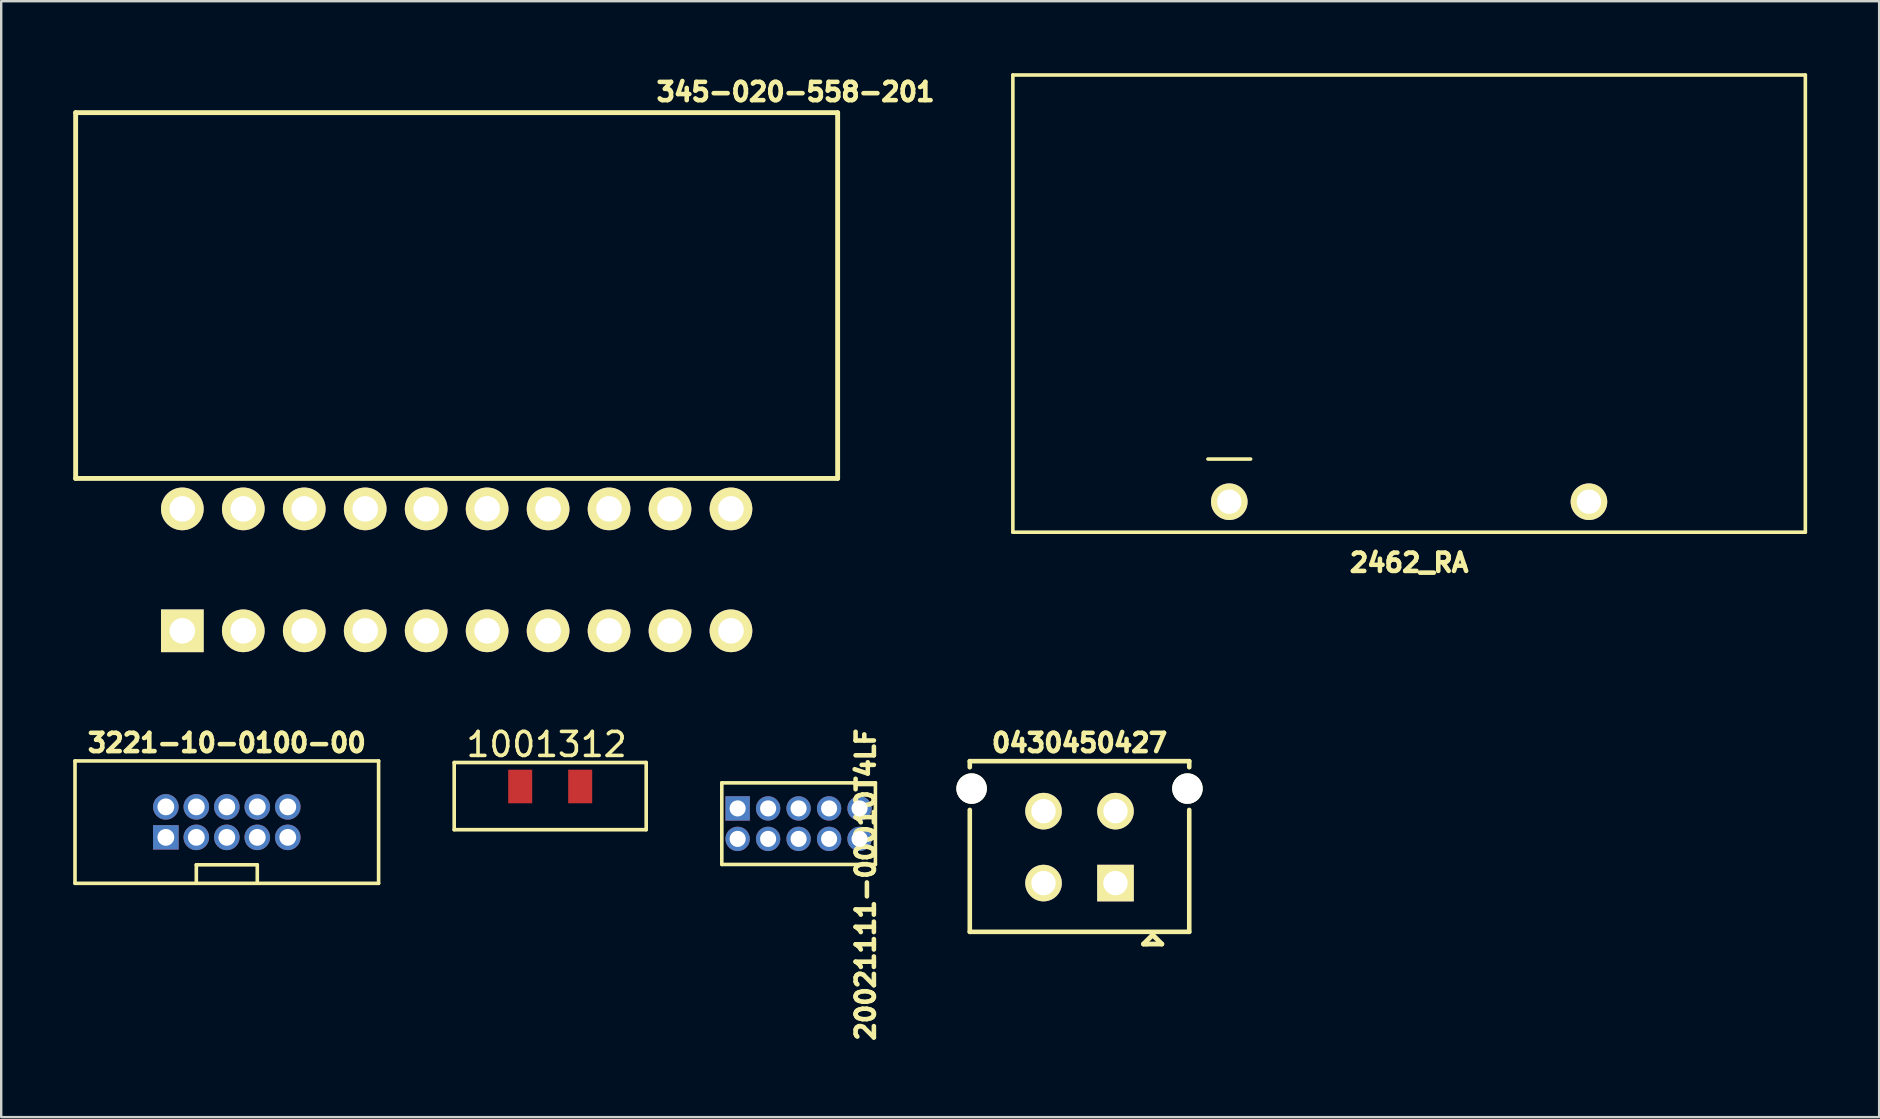
<source format=kicad_pcb>
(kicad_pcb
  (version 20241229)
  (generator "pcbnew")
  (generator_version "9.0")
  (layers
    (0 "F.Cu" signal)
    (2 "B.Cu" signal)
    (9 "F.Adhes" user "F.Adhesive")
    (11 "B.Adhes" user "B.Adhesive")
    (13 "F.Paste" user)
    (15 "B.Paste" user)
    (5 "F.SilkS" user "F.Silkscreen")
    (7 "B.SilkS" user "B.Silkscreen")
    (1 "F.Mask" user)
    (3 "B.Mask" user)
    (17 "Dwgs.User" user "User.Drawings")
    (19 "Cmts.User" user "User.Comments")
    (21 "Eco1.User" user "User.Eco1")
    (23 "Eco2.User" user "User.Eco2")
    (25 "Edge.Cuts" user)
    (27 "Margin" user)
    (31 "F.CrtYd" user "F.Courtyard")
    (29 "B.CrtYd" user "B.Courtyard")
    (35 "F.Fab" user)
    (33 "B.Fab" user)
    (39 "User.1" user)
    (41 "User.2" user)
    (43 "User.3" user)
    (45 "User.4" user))
  (footprint "20021111-00010T4LF"
    (layer "F.Cu")
    (at 30.225 31.269)
    (property "Reference" "20021111-00010T4LF" (at 2.794 2.54 90) (layer "F.SilkS") (effects (font (size 0.762 0.762) (thickness 0.191))))
    (attr through_hole)
    (fp_line (start -3.2 -1.7) (end -3.2 1.7) (stroke (width 0.15) (type solid)) (layer "F.SilkS"))
    (fp_line (start -3.2 1.7) (end 3.2 1.7) (stroke (width 0.15) (type solid)) (layer "F.SilkS"))
    (fp_line (start 3.2 -1.7) (end -3.2 -1.7) (stroke (width 0.15) (type solid)) (layer "F.SilkS"))
    (fp_line (start 3.2 1.7) (end 3.2 -1.7) (stroke (width 0.15) (type solid)) (layer "F.SilkS"))
    (pad "1" thru_hole rect (at -2.54 -0.635) (size 1.016 1.016) (drill 0.67) (layers "*.Cu" "*.Mask"))
    (pad "2" thru_hole circle (at -2.54 0.635) (size 1.016 1.016) (drill 0.67) (layers "*.Cu" "*.Mask"))
    (pad "3" thru_hole circle (at -1.27 -0.635) (size 1.016 1.016) (drill 0.67) (layers "*.Cu" "*.Mask"))
    (pad "4" thru_hole circle (at -1.27 0.635) (size 1.016 1.016) (drill 0.67) (layers "*.Cu" "*.Mask"))
    (pad "5" thru_hole circle (at 0 -0.635) (size 1.016 1.016) (drill 0.67) (layers "*.Cu" "*.Mask"))
    (pad "6" thru_hole circle (at 0 0.635) (size 1.016 1.016) (drill 0.67) (layers "*.Cu" "*.Mask"))
    (pad "7" thru_hole circle (at 1.27 -0.635) (size 1.016 1.016) (drill 0.67) (layers "*.Cu" "*.Mask"))
    (pad "8" thru_hole circle (at 1.27 0.635) (size 1.016 1.016) (drill 0.67) (layers "*.Cu" "*.Mask"))
    (pad "9" thru_hole circle (at 2.54 -0.635) (size 1.016 1.016) (drill 0.67) (layers "*.Cu" "*.Mask"))
    (pad "10" thru_hole circle (at 2.54 0.635) (size 1.016 1.016) (drill 0.67) (layers "*.Cu" "*.Mask")))
  (footprint "2462_RA"
    (layer "F.Cu")
    (at 55.663 17.855)
    (property "Reference" "2462_RA" (at 0 2.54 0) (layer "F.SilkS") (effects (font (size 0.762 0.762) (thickness 0.191))))
    (attr through_hole)
    (fp_line (start -16.51 -17.78) (end -16.51 1.27) (stroke (width 0.15) (type solid)) (layer "F.SilkS"))
    (fp_line (start -16.51 1.27) (end 16.51 1.27) (stroke (width 0.15) (type solid)) (layer "F.SilkS"))
    (fp_line (start -8.382 -1.778) (end -6.604 -1.778) (stroke (width 0.15) (type solid)) (layer "F.SilkS"))
    (fp_line (start 16.51 -17.78) (end -16.51 -17.78) (stroke (width 0.15) (type solid)) (layer "F.SilkS"))
    (fp_line (start 16.51 1.27) (end 16.51 -17.78) (stroke (width 0.15) (type solid)) (layer "F.SilkS"))
    (pad "1" thru_hole circle (at -7.493 0) (size 1.524 1.524) (drill 1.016) (layers "*.Cu" "*.Mask" "F.SilkS"))
    (pad "2" thru_hole circle (at 7.493 0) (size 1.524 1.524) (drill 1.016) (layers "*.Cu" "*.Mask" "F.SilkS")))
  (footprint "0430450427"
    (layer "F.Cu")
    (at 41.93 33.745)
    (property "Reference" "0430450427" (at 0 -5.842 0) (layer "F.SilkS") (effects (font (size 0.762 0.762) (thickness 0.191))))
    (attr through_hole)
    (fp_line (start -4.572 -5.08) (end -4.572 -4.826) (stroke (width 0.191) (type solid)) (layer "F.SilkS"))
    (fp_line (start -4.572 -5.08) (end 4.572 -5.08) (stroke (width 0.191) (type solid)) (layer "F.SilkS"))
    (fp_line (start -4.572 2.032) (end -4.572 -3.048) (stroke (width 0.191) (type solid)) (layer "F.SilkS"))
    (fp_line (start 2.667 2.54) (end 3.048 2.159) (stroke (width 0.203) (type solid)) (layer "F.SilkS"))
    (fp_line (start 2.794 2.54) (end 2.667 2.54) (stroke (width 0.203) (type solid)) (layer "F.SilkS"))
    (fp_line (start 3.048 2.159) (end 3.429 2.54) (stroke (width 0.203) (type solid)) (layer "F.SilkS"))
    (fp_line (start 3.429 2.54) (end 2.794 2.54) (stroke (width 0.203) (type solid)) (layer "F.SilkS"))
    (fp_line (start 4.572 -5.08) (end 4.572 -4.826) (stroke (width 0.191) (type solid)) (layer "F.SilkS"))
    (fp_line (start 4.572 2.032) (end -4.572 2.032) (stroke (width 0.191) (type solid)) (layer "F.SilkS"))
    (fp_line (start 4.572 2.032) (end 4.572 -3.048) (stroke (width 0.191) (type solid)) (layer "F.SilkS"))
    (pad "" np_thru_hole circle (at -4.496 -3.937) (size 1.27 1.27) (drill 1.27) (layers "*.Cu" "*.Mask" "F.SilkS"))
    (pad "" np_thru_hole circle (at 4.496 -3.937) (size 1.27 1.27) (drill 1.27) (layers "*.Cu" "*.Mask" "F.SilkS"))
    (pad "1" thru_hole rect (at 1.499 0) (size 1.524 1.524) (drill 1.016) (layers "*.Cu" "*.Mask" "F.SilkS"))
    (pad "2" thru_hole circle (at -1.499 0) (size 1.524 1.524) (drill 1.016) (layers "*.Cu" "*.Mask" "F.SilkS"))
    (pad "3" thru_hole circle (at 1.499 -2.997) (size 1.524 1.524) (drill 1.016) (layers "*.Cu" "*.Mask" "F.SilkS"))
    (pad "4" thru_hole circle (at -1.499 -2.997) (size 1.524 1.524) (drill 1.016) (layers "*.Cu" "*.Mask" "F.SilkS")))
  (footprint "345-020-558-201"
    (layer "F.Cu")
    (at 4.547 23.234)
    (property "Reference" "345-020-558-201" (at 25.552 -22.454 0) (layer "F.SilkS") (effects (font (size 0.762 0.762) (thickness 0.191))))
    (attr through_hole)
    (fp_line (start -4.445 -6.35) (end -4.445 -21.59) (stroke (width 0.203) (type solid)) (layer "F.SilkS"))
    (fp_line (start 27.305 -21.59) (end -4.445 -21.59) (stroke (width 0.203) (type solid)) (layer "F.SilkS"))
    (fp_line (start 27.305 -6.35) (end -4.445 -6.35) (stroke (width 0.203) (type solid)) (layer "F.SilkS"))
    (fp_line (start 27.305 -6.35) (end 27.305 -21.59) (stroke (width 0.203) (type solid)) (layer "F.SilkS"))
    (pad "1" thru_hole rect (at 0 0) (size 1.778 1.778) (drill 1.067) (layers "*.Cu" "*.Mask" "F.SilkS"))
    (pad "2" thru_hole circle (at 0 -5.08) (size 1.778 1.778) (drill 1.067) (layers "*.Cu" "*.Mask" "F.SilkS"))
    (pad "3" thru_hole circle (at 2.54 0) (size 1.778 1.778) (drill 1.067) (layers "*.Cu" "*.Mask" "F.SilkS"))
    (pad "4" thru_hole circle (at 2.54 -5.08) (size 1.778 1.778) (drill 1.067) (layers "*.Cu" "*.Mask" "F.SilkS"))
    (pad "5" thru_hole circle (at 5.08 0) (size 1.778 1.778) (drill 1.067) (layers "*.Cu" "*.Mask" "F.SilkS"))
    (pad "6" thru_hole circle (at 5.08 -5.08) (size 1.778 1.778) (drill 1.067) (layers "*.Cu" "*.Mask" "F.SilkS"))
    (pad "7" thru_hole circle (at 7.62 0) (size 1.778 1.778) (drill 1.067) (layers "*.Cu" "*.Mask" "F.SilkS"))
    (pad "8" thru_hole circle (at 7.62 -5.08) (size 1.778 1.778) (drill 1.067) (layers "*.Cu" "*.Mask" "F.SilkS"))
    (pad "9" thru_hole circle (at 10.16 0) (size 1.778 1.778) (drill 1.067) (layers "*.Cu" "*.Mask" "F.SilkS"))
    (pad "10" thru_hole circle (at 10.16 -5.08) (size 1.778 1.778) (drill 1.067) (layers "*.Cu" "*.Mask" "F.SilkS"))
    (pad "11" thru_hole circle (at 12.7 0) (size 1.778 1.778) (drill 1.067) (layers "*.Cu" "*.Mask" "F.SilkS"))
    (pad "12" thru_hole circle (at 12.7 -5.08) (size 1.778 1.778) (drill 1.067) (layers "*.Cu" "*.Mask" "F.SilkS"))
    (pad "13" thru_hole circle (at 15.24 0) (size 1.778 1.778) (drill 1.067) (layers "*.Cu" "*.Mask" "F.SilkS"))
    (pad "14" thru_hole circle (at 15.24 -5.08) (size 1.778 1.778) (drill 1.067) (layers "*.Cu" "*.Mask" "F.SilkS"))
    (pad "15" thru_hole circle (at 17.78 0) (size 1.778 1.778) (drill 1.067) (layers "*.Cu" "*.Mask" "F.SilkS"))
    (pad "16" thru_hole circle (at 17.78 -5.08) (size 1.778 1.778) (drill 1.067) (layers "*.Cu" "*.Mask" "F.SilkS"))
    (pad "17" thru_hole circle (at 20.32 0) (size 1.778 1.778) (drill 1.067) (layers "*.Cu" "*.Mask" "F.SilkS"))
    (pad "18" thru_hole circle (at 20.32 -5.08) (size 1.778 1.778) (drill 1.067) (layers "*.Cu" "*.Mask" "F.SilkS"))
    (pad "19" thru_hole circle (at 22.86 0) (size 1.778 1.778) (drill 1.067) (layers "*.Cu" "*.Mask" "F.SilkS"))
    (pad "20" thru_hole circle (at 22.86 -5.08) (size 1.778 1.778) (drill 1.067) (layers "*.Cu" "*.Mask" "F.SilkS")))
  (footprint "1001312"
    (layer "F.Cu")
    (at 18.625 29.721)
    (property "Reference" "1001312" (at 1.1 -1.75 0) (layer "F.SilkS") (effects (font (size 1 1) (thickness 0.15))))
    (attr through_hole)
    (fp_line (start -2.75 -1) (end -2.75 1.8) (stroke (width 0.15) (type solid)) (layer "F.SilkS"))
    (fp_line (start -2.75 1.8) (end 5.25 1.8) (stroke (width 0.15) (type solid)) (layer "F.SilkS"))
    (fp_line (start 5.25 -1) (end -2.75 -1) (stroke (width 0.15) (type solid)) (layer "F.SilkS"))
    (fp_line (start 5.25 1.8) (end 5.25 -1) (stroke (width 0.15) (type solid)) (layer "F.SilkS"))
    (pad "1" smd rect (at 0 0) (size 1 1.4) (layers "F.Cu" "F.Mask" "F.Paste"))
    (pad "2" smd rect (at 2.5 0) (size 1 1.4) (layers "F.Cu" "F.Mask" "F.Paste")))
  (footprint "3221-10-0100-00"
    (layer "F.Cu")
    (at 6.4 31.205)
    (property "Reference" "3221-10-0100-00" (at 0 -3.302 0) (layer "F.SilkS") (effects (font (size 0.762 0.762) (thickness 0.191))))
    (attr through_hole)
    (fp_line (start -6.325 -2.55) (end -6.325 2.55) (stroke (width 0.15) (type solid)) (layer "F.SilkS"))
    (fp_line (start -6.325 -2.55) (end 6.325 -2.55) (stroke (width 0.15) (type solid)) (layer "F.SilkS"))
    (fp_line (start -6.325 2.55) (end 6.325 2.55) (stroke (width 0.15) (type solid)) (layer "F.SilkS"))
    (fp_line (start -1.27 1.778) (end 1.27 1.778) (stroke (width 0.15) (type solid)) (layer "F.SilkS"))
    (fp_line (start -1.27 2.54) (end -1.27 1.778) (stroke (width 0.15) (type solid)) (layer "F.SilkS"))
    (fp_line (start 1.27 1.778) (end 1.27 2.54) (stroke (width 0.15) (type solid)) (layer "F.SilkS"))
    (fp_line (start 6.325 -2.55) (end 6.325 2.55) (stroke (width 0.15) (type solid)) (layer "F.SilkS"))
    (pad "1" thru_hole rect (at -2.54 0.635) (size 1.067 1.016) (drill 0.7) (layers "*.Cu" "*.Mask"))
    (pad "2" thru_hole circle (at -2.54 -0.635) (size 1.067 1.067) (drill 0.7) (layers "*.Cu" "*.Mask"))
    (pad "3" thru_hole circle (at -1.27 0.635) (size 1.067 1.067) (drill 0.7) (layers "*.Cu" "*.Mask"))
    (pad "4" thru_hole circle (at -1.27 -0.635) (size 1.067 1.067) (drill 0.7) (layers "*.Cu" "*.Mask"))
    (pad "5" thru_hole circle (at 0 0.635) (size 1.067 1.067) (drill 0.7) (layers "*.Cu" "*.Mask"))
    (pad "6" thru_hole circle (at 0 -0.635) (size 1.067 1.067) (drill 0.7) (layers "*.Cu" "*.Mask"))
    (pad "7" thru_hole circle (at 1.27 0.635) (size 1.067 1.067) (drill 0.7) (layers "*.Cu" "*.Mask"))
    (pad "8" thru_hole circle (at 1.27 -0.635) (size 1.067 1.067) (drill 0.7) (layers "*.Cu" "*.Mask"))
    (pad "9" thru_hole circle (at 2.54 0.635) (size 1.067 1.067) (drill 0.7) (layers "*.Cu" "*.Mask"))
    (pad "10" thru_hole circle (at 2.54 -0.635) (size 1.067 1.067) (drill 0.7) (layers "*.Cu" "*.Mask")))
  (gr_rect
    (start -3 -3)
    (end 75.248 43.496)
    (stroke (width 0.1) (type default))
    (fill no)
    (layer "Edge.Cuts")))
</source>
